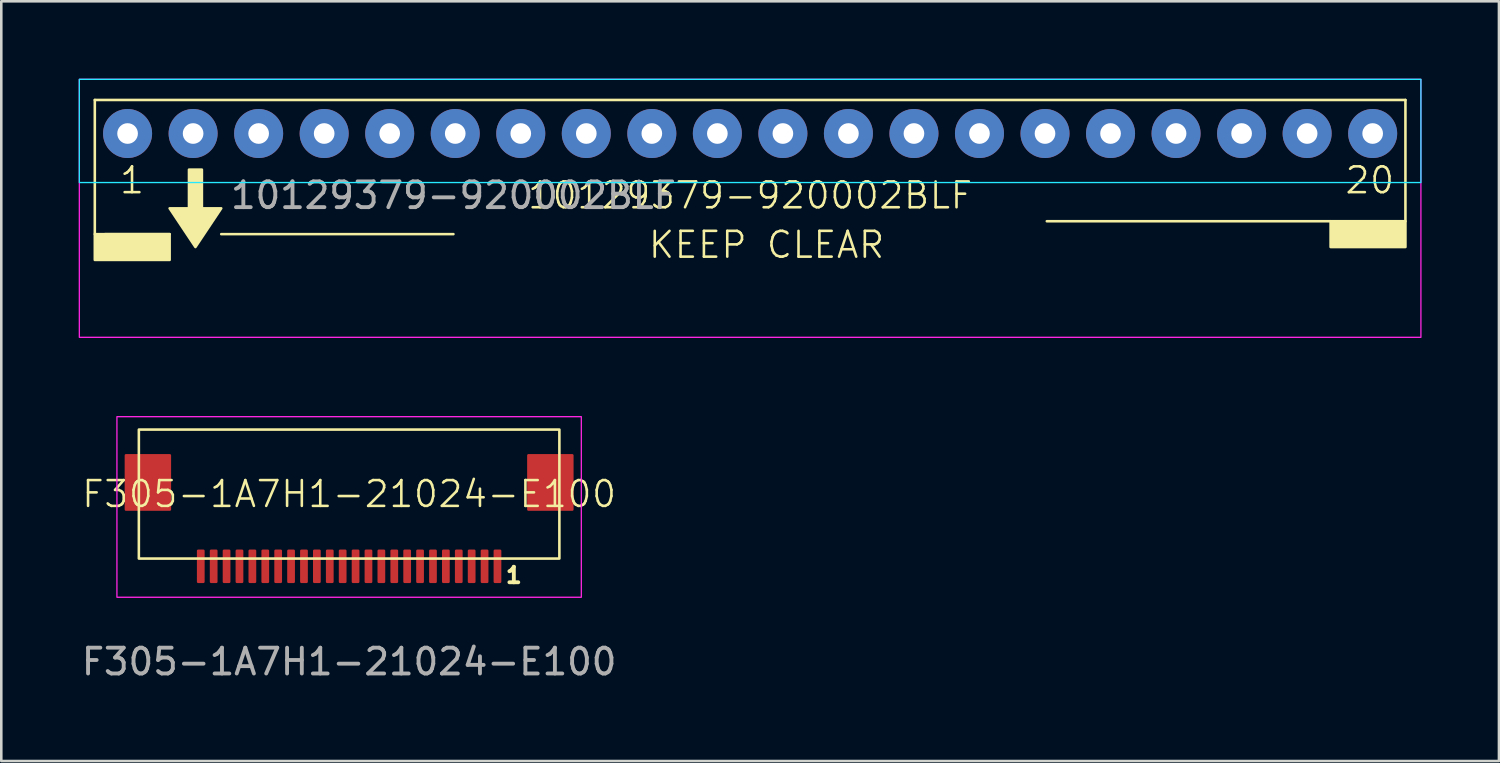
<source format=kicad_pcb>
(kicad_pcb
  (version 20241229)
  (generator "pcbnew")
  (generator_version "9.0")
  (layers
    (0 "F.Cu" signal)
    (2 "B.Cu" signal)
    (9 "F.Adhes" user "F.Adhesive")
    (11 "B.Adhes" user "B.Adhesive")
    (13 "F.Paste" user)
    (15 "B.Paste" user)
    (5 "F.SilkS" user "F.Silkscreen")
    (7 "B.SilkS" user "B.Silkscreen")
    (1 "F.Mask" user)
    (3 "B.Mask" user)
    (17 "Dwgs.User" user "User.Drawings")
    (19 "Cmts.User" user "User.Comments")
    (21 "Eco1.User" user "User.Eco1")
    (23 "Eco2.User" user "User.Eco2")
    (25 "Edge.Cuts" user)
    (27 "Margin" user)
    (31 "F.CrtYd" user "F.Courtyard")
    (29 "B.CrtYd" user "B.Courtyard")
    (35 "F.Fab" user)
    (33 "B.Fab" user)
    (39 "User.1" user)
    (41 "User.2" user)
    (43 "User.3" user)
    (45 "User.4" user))
  (footprint "F305-1A7H1-21024-E100"
    (layer "F.Cu")
    (at 10.482 18.6)
    (property "Reference" "F305-1A7H1-21024-E100" (at 0 -2.5 0) (unlocked yes) (layer "F.SilkS") (effects (font (size 1 1) (thickness 0.1))))
    (attr smd)
    (fp_rect (start -8.15 0) (end 8.15 -5) (stroke (width 0.1) (type solid)) (fill no) (layer "F.SilkS"))
    (fp_rect (start -9 -5.5) (end 9 1.5) (stroke (width 0.1) (type default)) (fill no) (layer "Margin"))
    (fp_rect (start -9 -5.5) (end 9 1.5) (stroke (width 0.05) (type default)) (fill no) (layer "F.CrtYd"))
    (fp_text user "1" (at 6 1 0) (unlocked yes) (layer "F.SilkS") (effects (font (size 0.6 0.6) (thickness 0.15)) (justify left bottom)))
    (fp_text user "${REFERENCE}" (at 0 4 0) (unlocked yes) (layer "F.Fab") (effects (font (size 1 1) (thickness 0.15))))
    (pad "1" smd roundrect (at 5.75 0.3) (size 0.3 1.3) (layers "F.Cu" "F.Mask" "F.Paste") (roundrect_rratio 0.167))
    (pad "2" smd roundrect (at 5.25 0.3) (size 0.3 1.3) (layers "F.Cu" "F.Mask" "F.Paste") (roundrect_rratio 0.167))
    (pad "3" smd roundrect (at 4.75 0.3) (size 0.3 1.3) (layers "F.Cu" "F.Mask" "F.Paste") (roundrect_rratio 0.167))
    (pad "4" smd roundrect (at 4.25 0.3) (size 0.3 1.3) (layers "F.Cu" "F.Mask" "F.Paste") (roundrect_rratio 0.167))
    (pad "5" smd roundrect (at 3.75 0.3) (size 0.3 1.3) (layers "F.Cu" "F.Mask" "F.Paste") (roundrect_rratio 0.167))
    (pad "6" smd roundrect (at 3.25 0.3) (size 0.3 1.3) (layers "F.Cu" "F.Mask" "F.Paste") (roundrect_rratio 0.167))
    (pad "7" smd roundrect (at 2.75 0.3) (size 0.3 1.3) (layers "F.Cu" "F.Mask" "F.Paste") (roundrect_rratio 0.167))
    (pad "8" smd roundrect (at 2.25 0.3) (size 0.3 1.3) (layers "F.Cu" "F.Mask" "F.Paste") (roundrect_rratio 0.167))
    (pad "9" smd roundrect (at 1.75 0.3) (size 0.3 1.3) (layers "F.Cu" "F.Mask" "F.Paste") (roundrect_rratio 0.167))
    (pad "10" smd roundrect (at 1.25 0.3) (size 0.3 1.3) (layers "F.Cu" "F.Mask" "F.Paste") (roundrect_rratio 0.167))
    (pad "11" smd roundrect (at 0.75 0.3) (size 0.3 1.3) (layers "F.Cu" "F.Mask" "F.Paste") (roundrect_rratio 0.167))
    (pad "12" smd roundrect (at 0.25 0.3) (size 0.3 1.3) (layers "F.Cu" "F.Mask" "F.Paste") (roundrect_rratio 0.167))
    (pad "13" smd roundrect (at -0.25 0.3) (size 0.3 1.3) (layers "F.Cu" "F.Mask" "F.Paste") (roundrect_rratio 0.167))
    (pad "14" smd roundrect (at -0.75 0.3) (size 0.3 1.3) (layers "F.Cu" "F.Mask" "F.Paste") (roundrect_rratio 0.167))
    (pad "15" smd roundrect (at -1.25 0.3) (size 0.3 1.3) (layers "F.Cu" "F.Mask" "F.Paste") (roundrect_rratio 0.167))
    (pad "16" smd roundrect (at -1.75 0.3) (size 0.3 1.3) (layers "F.Cu" "F.Mask" "F.Paste") (roundrect_rratio 0.167))
    (pad "17" smd roundrect (at -2.25 0.3) (size 0.3 1.3) (layers "F.Cu" "F.Mask" "F.Paste") (roundrect_rratio 0.167))
    (pad "18" smd roundrect (at -2.75 0.3) (size 0.3 1.3) (layers "F.Cu" "F.Mask" "F.Paste") (roundrect_rratio 0.167))
    (pad "19" smd roundrect (at -3.25 0.3) (size 0.3 1.3) (layers "F.Cu" "F.Mask" "F.Paste") (roundrect_rratio 0.167))
    (pad "20" smd roundrect (at -3.75 0.3) (size 0.3 1.3) (layers "F.Cu" "F.Mask" "F.Paste") (roundrect_rratio 0.167))
    (pad "21" smd roundrect (at -4.25 0.3) (size 0.3 1.3) (layers "F.Cu" "F.Mask" "F.Paste") (roundrect_rratio 0.167))
    (pad "22" smd roundrect (at -4.75 0.3) (size 0.3 1.3) (layers "F.Cu" "F.Mask" "F.Paste") (roundrect_rratio 0.167))
    (pad "23" smd roundrect (at -5.25 0.3) (size 0.3 1.3) (layers "F.Cu" "F.Mask" "F.Paste") (roundrect_rratio 0.167))
    (pad "24" smd roundrect (at -5.75 0.3) (size 0.3 1.3) (layers "F.Cu" "F.Mask" "F.Paste") (roundrect_rratio 0.167))
    (pad "MP1" smd roundrect (at -7.8 -2.95) (size 1.8 2.2) (layers "F.Cu" "F.Mask" "F.Paste") (roundrect_rratio 0.028))
    (pad "MP2" smd roundrect (at 7.8 -2.95) (size 1.8 2.2) (layers "F.Cu" "F.Mask" "F.Paste") (roundrect_rratio 0.028)))
  (footprint "10129379-920002BLF"
    (layer "F.Cu")
    (at 26.025 2.025)
    (property "Reference" "10129379-920002BLF" (at 0 2.5 0) (unlocked yes) (layer "F.SilkS") (effects (font (size 1 1) (thickness 0.1))))
    (attr smd)
    (fp_line (start -25.4 -1.2) (end 25.4 -1.2) (stroke (width 0.1) (type default)) (layer "F.SilkS"))
    (fp_line (start -25.4 4) (end -25.4 -1.2) (stroke (width 0.1) (type solid)) (layer "F.SilkS"))
    (fp_line (start -22.5 4) (end -25 4) (stroke (width 0.1) (type default)) (layer "F.SilkS"))
    (fp_line (start -20.5 4) (end -11.5 4) (stroke (width 0.1) (type default)) (layer "F.SilkS"))
    (fp_line (start 22.5 3.5) (end 11.5 3.5) (stroke (width 0.1) (type default)) (layer "F.SilkS"))
    (fp_line (start 25.4 -1.2) (end 25.4 3.5) (stroke (width 0.1) (type solid)) (layer "F.SilkS"))
    (fp_rect (start -25.4 4) (end -22.5 5) (stroke (width 0.1) (type solid)) (fill yes) (layer "F.SilkS"))
    (fp_rect (start 22.5 3.5) (end 25.4 4.5) (stroke (width 0.1) (type solid)) (fill yes) (layer "F.SilkS"))
    (fp_poly (pts (xy -21.75 1.5) (xy -21.25 1.5) (xy -21.25 3) (xy -20.5 3) (xy -21.5 4.5) (xy -22.5 3) (xy -21.75 3)) (stroke (width 0.1) (type solid)) (fill yes) (layer "F.SilkS"))
    (fp_rect (start -26 -2) (end 26 2) (stroke (width 0.05) (type default)) (fill no) (layer "B.CrtYd"))
    (fp_rect (start -26 -2) (end 26 8) (stroke (width 0.05) (type default)) (fill no) (layer "F.CrtYd"))
    (fp_text user "1" (at -24.5 2.5 0) (unlocked yes) (layer "F.SilkS") (effects (font (size 1 1) (thickness 0.1)) (justify left bottom)))
    (fp_text user "KEEP CLEAR" (at -4 5 0) (unlocked yes) (layer "F.SilkS") (effects (font (size 1 1) (thickness 0.1)) (justify left bottom)))
    (fp_text user "20" (at 23 2.5 0) (unlocked yes) (layer "F.SilkS") (effects (font (size 1 1) (thickness 0.1)) (justify left bottom)))
    (fp_text user "${REFERENCE}" (at -11.5 2.5 0) (unlocked yes) (layer "F.Fab") (effects (font (size 1 1) (thickness 0.15))))
    (pad "1" thru_hole circle (at -24.13 0.1) (size 1.9 1.9) (drill 0.8) (layers "*.Cu" "F.Mask"))
    (pad "2" thru_hole circle (at -21.59 0.1) (size 1.9 1.9) (drill 0.8) (layers "*.Cu" "F.Mask"))
    (pad "3" thru_hole circle (at -19.05 0.1) (size 1.9 1.9) (drill 0.8) (layers "*.Cu" "F.Mask"))
    (pad "4" thru_hole circle (at -16.51 0.1) (size 1.9 1.9) (drill 0.8) (layers "*.Cu" "F.Mask"))
    (pad "5" thru_hole circle (at -13.97 0.1) (size 1.9 1.9) (drill 0.8) (layers "*.Cu" "F.Mask"))
    (pad "6" thru_hole circle (at -11.43 0.1) (size 1.9 1.9) (drill 0.8) (layers "*.Cu" "F.Mask"))
    (pad "7" thru_hole circle (at -8.89 0.1) (size 1.9 1.9) (drill 0.8) (layers "*.Cu" "F.Mask"))
    (pad "8" thru_hole circle (at -6.35 0.1) (size 1.9 1.9) (drill 0.8) (layers "*.Cu" "F.Mask"))
    (pad "9" thru_hole circle (at -3.81 0.1) (size 1.9 1.9) (drill 0.8) (layers "*.Cu" "F.Mask"))
    (pad "10" thru_hole circle (at -1.27 0.1) (size 1.9 1.9) (drill 0.8) (layers "*.Cu" "F.Mask"))
    (pad "11" thru_hole circle (at 1.27 0.1) (size 1.9 1.9) (drill 0.8) (layers "*.Cu" "F.Mask"))
    (pad "12" thru_hole circle (at 3.81 0.1) (size 1.9 1.9) (drill 0.8) (layers "*.Cu" "F.Mask"))
    (pad "13" thru_hole circle (at 6.35 0.1) (size 1.9 1.9) (drill 0.8) (layers "*.Cu" "F.Mask"))
    (pad "14" thru_hole circle (at 8.89 0.1) (size 1.9 1.9) (drill 0.8) (layers "*.Cu" "F.Mask"))
    (pad "15" thru_hole circle (at 11.43 0.1) (size 1.9 1.9) (drill 0.8) (layers "*.Cu" "F.Mask"))
    (pad "16" thru_hole circle (at 13.97 0.1) (size 1.9 1.9) (drill 0.8) (layers "*.Cu" "F.Mask"))
    (pad "17" thru_hole circle (at 16.51 0.1) (size 1.9 1.9) (drill 0.8) (layers "*.Cu" "F.Mask"))
    (pad "18" thru_hole circle (at 19.05 0.1) (size 1.9 1.9) (drill 0.8) (layers "*.Cu" "F.Mask"))
    (pad "19" thru_hole circle (at 21.59 0.1) (size 1.9 1.9) (drill 0.8) (layers "*.Cu" "F.Mask"))
    (pad "20" thru_hole circle (at 24.13 0.1) (size 1.9 1.9) (drill 0.8) (layers "*.Cu" "F.Mask")))
  (gr_rect
    (start -3 -3)
    (end 55.05 26.448)
    (stroke (width 0.1) (type default))
    (fill no)
    (layer "Edge.Cuts")))
</source>
